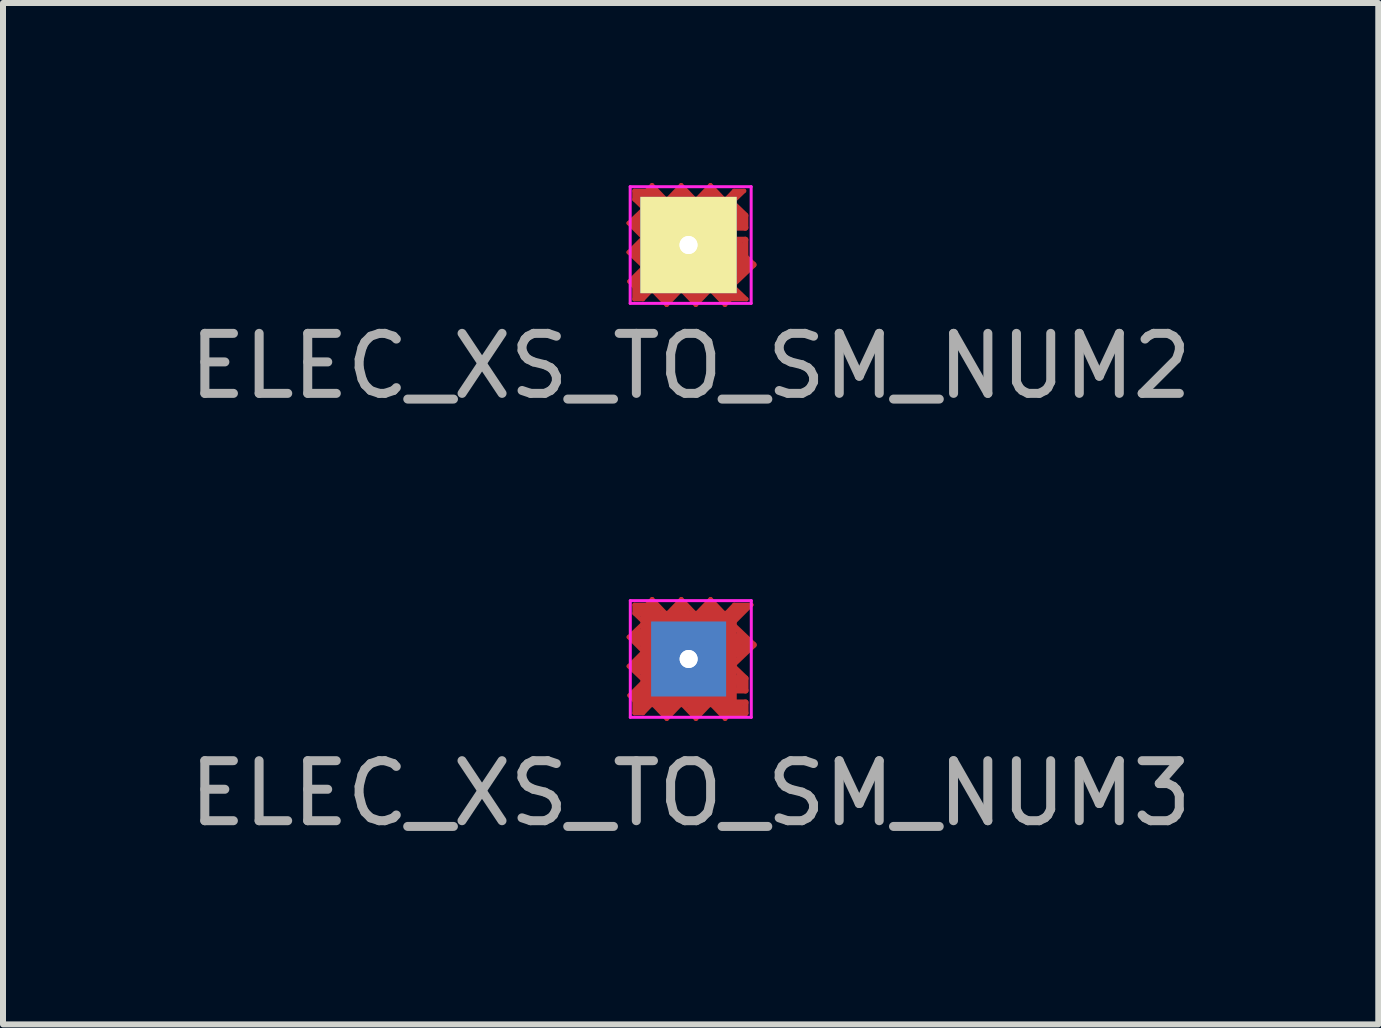
<source format=kicad_pcb>
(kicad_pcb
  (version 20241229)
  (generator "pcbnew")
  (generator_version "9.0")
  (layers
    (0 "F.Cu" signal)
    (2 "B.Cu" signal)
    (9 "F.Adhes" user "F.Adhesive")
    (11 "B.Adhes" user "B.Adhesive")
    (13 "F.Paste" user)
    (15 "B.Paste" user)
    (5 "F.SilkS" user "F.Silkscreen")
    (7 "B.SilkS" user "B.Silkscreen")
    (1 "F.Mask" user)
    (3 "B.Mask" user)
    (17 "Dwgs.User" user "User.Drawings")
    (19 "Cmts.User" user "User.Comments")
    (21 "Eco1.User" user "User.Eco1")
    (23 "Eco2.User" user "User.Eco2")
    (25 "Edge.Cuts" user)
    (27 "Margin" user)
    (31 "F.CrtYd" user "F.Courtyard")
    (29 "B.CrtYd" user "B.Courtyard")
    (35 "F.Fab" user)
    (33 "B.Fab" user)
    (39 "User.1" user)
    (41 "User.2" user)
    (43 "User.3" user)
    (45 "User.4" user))
  (footprint "ELEC_XS_TO_SM_NUM3"
    (layer "F.Cu")
    (at 8.425 7.931)
    (property "Reference" "ELEC_XS_TO_SM_NUM3" (at 0.033 2.24 0) (layer "F.Fab") (effects (font (size 1 1) (thickness 0.15))))
    (attr through_hole)
    (fp_line (start -0.998 -0.365) (end -0.755 -0.122) (stroke (width 0.071) (type solid)) (layer "F.Cu"))
    (fp_line (start -0.998 0.121) (end -0.743 0.364) (stroke (width 0.071) (type solid)) (layer "F.Cu"))
    (fp_line (start -0.902 -0.759) (end -0.743 -0.607) (stroke (width 0.071) (type solid)) (layer "F.Cu"))
    (fp_line (start -0.902 -0.902) (end -0.902 -0.759) (stroke (width 0.071) (type solid)) (layer "F.Cu"))
    (fp_line (start -0.902 -0.902) (end -0.699 -0.902) (stroke (width 0.071) (type solid)) (layer "F.Cu"))
    (fp_line (start -0.902 0.698) (end -0.986 0.607) (stroke (width 0.071) (type solid)) (layer "F.Cu"))
    (fp_line (start -0.902 0.902) (end -0.902 0.699) (stroke (width 0.071) (type solid)) (layer "F.Cu"))
    (fp_line (start -0.902 0.902) (end -0.759 0.902) (stroke (width 0.071) (type solid)) (layer "F.Cu"))
    (fp_line (start -0.856 -0.851) (end -0.742 -0.851) (stroke (width 0.12) (type solid)) (layer "F.Cu"))
    (fp_line (start -0.843 0.734) (end -0.843 0.831) (stroke (width 0.12) (type solid)) (layer "F.Cu"))
    (fp_line (start -0.843 0.831) (end -0.754 0.831) (stroke (width 0.12) (type solid)) (layer "F.Cu"))
    (fp_line (start -0.841 -0.262) (end -0.912 -0.376) (stroke (width 0.12) (type solid)) (layer "F.Cu"))
    (fp_line (start -0.838 -0.455) (end -0.841 -0.262) (stroke (width 0.12) (type solid)) (layer "F.Cu"))
    (fp_line (start -0.838 0.211) (end -0.909 0.107) (stroke (width 0.12) (type solid)) (layer "F.Cu"))
    (fp_line (start -0.838 0.511) (end -0.836 0.699) (stroke (width 0.12) (type solid)) (layer "F.Cu"))
    (fp_line (start -0.836 0.699) (end -0.907 0.597) (stroke (width 0.12) (type solid)) (layer "F.Cu"))
    (fp_line (start -0.833 0.008) (end -0.838 0.211) (stroke (width 0.12) (type solid)) (layer "F.Cu"))
    (fp_line (start -0.831 -0.843) (end -0.836 -0.757) (stroke (width 0.12) (type solid)) (layer "F.Cu"))
    (fp_line (start -0.755 -0.122) (end -0.998 0.121) (stroke (width 0.071) (type solid)) (layer "F.Cu"))
    (fp_line (start -0.752 0.752) (end -0.752 -0.752) (stroke (width 0.1) (type solid)) (layer "F.Cu"))
    (fp_line (start -0.743 -0.607) (end -0.998 -0.365) (stroke (width 0.071) (type solid)) (layer "F.Cu"))
    (fp_line (start -0.743 0.364) (end -0.986 0.607) (stroke (width 0.071) (type solid)) (layer "F.Cu"))
    (fp_line (start -0.706 -0.846) (end -0.599 -0.917) (stroke (width 0.12) (type solid)) (layer "F.Cu"))
    (fp_line (start -0.66 -0.66) (end 0.66 -0.66) (stroke (width 0.2) (type solid)) (layer "F.Cu"))
    (fp_line (start -0.66 0.66) (end -0.66 -0.635) (stroke (width 0.2) (type solid)) (layer "F.Cu"))
    (fp_line (start -0.608 -0.998) (end -0.699 -0.902) (stroke (width 0.071) (type solid)) (layer "F.Cu"))
    (fp_line (start -0.607 0.743) (end -0.759 0.902) (stroke (width 0.071) (type solid)) (layer "F.Cu"))
    (fp_line (start -0.511 -0.846) (end -0.706 -0.846) (stroke (width 0.12) (type solid)) (layer "F.Cu"))
    (fp_line (start -0.465 0.836) (end -0.262 0.836) (stroke (width 0.12) (type solid)) (layer "F.Cu"))
    (fp_line (start -0.365 -0.743) (end -0.608 -0.998) (stroke (width 0.071) (type solid)) (layer "F.Cu"))
    (fp_line (start -0.364 0.998) (end -0.607 0.743) (stroke (width 0.071) (type solid)) (layer "F.Cu"))
    (fp_line (start -0.262 0.836) (end -0.376 0.904) (stroke (width 0.12) (type solid)) (layer "F.Cu"))
    (fp_line (start -0.216 -0.846) (end -0.114 -0.907) (stroke (width 0.12) (type solid)) (layer "F.Cu"))
    (fp_line (start -0.122 -0.998) (end -0.365 -0.743) (stroke (width 0.071) (type solid)) (layer "F.Cu"))
    (fp_line (start -0.121 0.743) (end -0.364 0.998) (stroke (width 0.071) (type solid)) (layer "F.Cu"))
    (fp_line (start -0.023 -0.846) (end -0.216 -0.846) (stroke (width 0.12) (type solid)) (layer "F.Cu"))
    (fp_line (start 0.033 0.841) (end 0.221 0.841) (stroke (width 0.12) (type solid)) (layer "F.Cu"))
    (fp_line (start 0.121 -0.743) (end -0.122 -0.998) (stroke (width 0.071) (type solid)) (layer "F.Cu"))
    (fp_line (start 0.122 0.998) (end -0.121 0.743) (stroke (width 0.071) (type solid)) (layer "F.Cu"))
    (fp_line (start 0.221 0.841) (end 0.112 0.917) (stroke (width 0.12) (type solid)) (layer "F.Cu"))
    (fp_line (start 0.259 -0.833) (end 0.376 -0.899) (stroke (width 0.12) (type solid)) (layer "F.Cu"))
    (fp_line (start 0.365 -0.998) (end 0.121 -0.743) (stroke (width 0.071) (type solid)) (layer "F.Cu"))
    (fp_line (start 0.365 0.743) (end 0.122 0.998) (stroke (width 0.071) (type solid)) (layer "F.Cu"))
    (fp_line (start 0.47 -0.831) (end 0.259 -0.833) (stroke (width 0.12) (type solid)) (layer "F.Cu"))
    (fp_line (start 0.513 0.815) (end 0.625 0.914) (stroke (width 0.12) (type solid)) (layer "F.Cu"))
    (fp_line (start 0.607 -0.743) (end 0.365 -0.998) (stroke (width 0.071) (type solid)) (layer "F.Cu"))
    (fp_line (start 0.608 0.998) (end 0.365 0.743) (stroke (width 0.071) (type solid)) (layer "F.Cu"))
    (fp_line (start 0.608 0.998) (end 0.699 0.902) (stroke (width 0.071) (type solid)) (layer "F.Cu"))
    (fp_line (start 0.66 -0.66) (end 0.66 0.66) (stroke (width 0.2) (type solid)) (layer "F.Cu"))
    (fp_line (start 0.66 0.66) (end -0.66 0.66) (stroke (width 0.2) (type solid)) (layer "F.Cu"))
    (fp_line (start 0.662 0.525) (end 0.948 0.525) (stroke (width 0.1) (type solid)) (layer "F.Cu"))
    (fp_line (start 0.662 0.725) (end 0.948 0.725) (stroke (width 0.1) (type solid)) (layer "F.Cu"))
    (fp_line (start 0.724 -0.579) (end 1.084 -0.235) (stroke (width 0.1) (type solid)) (layer "F.Cu"))
    (fp_line (start 0.752 -0.831) (end 0.914 -0.831) (stroke (width 0.12) (type solid)) (layer "F.Cu"))
    (fp_line (start 0.752 -0.752) (end -0.752 -0.752) (stroke (width 0.1) (type solid)) (layer "F.Cu"))
    (fp_line (start 0.752 -0.752) (end 0.752 0.752) (stroke (width 0.1) (type solid)) (layer "F.Cu"))
    (fp_line (start 0.752 0.752) (end -0.752 0.752) (stroke (width 0.1) (type solid)) (layer "F.Cu"))
    (fp_line (start 0.759 -0.902) (end 0.607 -0.743) (stroke (width 0.071) (type solid)) (layer "F.Cu"))
    (fp_line (start 0.841 -0.389) (end 0.843 -0.071) (stroke (width 0.12) (type solid)) (layer "F.Cu"))
    (fp_line (start 0.843 -0.071) (end 0.97 -0.229) (stroke (width 0.12) (type solid)) (layer "F.Cu"))
    (fp_line (start 0.848 0.29) (end 0.851 0.47) (stroke (width 0.12) (type solid)) (layer "F.Cu"))
    (fp_line (start 0.864 0.815) (end 0.513 0.815) (stroke (width 0.12) (type solid)) (layer "F.Cu"))
    (fp_line (start 0.914 -0.831) (end 0.795 -0.739) (stroke (width 0.12) (type solid)) (layer "F.Cu"))
    (fp_line (start 0.948 0.324) (end 0.724 0.109) (stroke (width 0.1) (type solid)) (layer "F.Cu"))
    (fp_line (start 0.948 0.525) (end 0.948 0.324) (stroke (width 0.1) (type solid)) (layer "F.Cu"))
    (fp_line (start 0.948 0.902) (end 0.699 0.902) (stroke (width 0.1) (type solid)) (layer "F.Cu"))
    (fp_line (start 0.948 0.902) (end 0.948 0.725) (stroke (width 0.1) (type solid)) (layer "F.Cu"))
    (fp_line (start 0.97 -0.229) (end 0.884 -0.323) (stroke (width 0.12) (type solid)) (layer "F.Cu"))
    (fp_line (start 1.046 -0.902) (end 0.724 -0.579) (stroke (width 0.07) (type solid)) (layer "F.Cu"))
    (fp_line (start 1.046 -0.902) (end 0.759 -0.902) (stroke (width 0.071) (type solid)) (layer "F.Cu"))
    (fp_line (start 1.084 -0.235) (end 0.724 0.109) (stroke (width 0.1) (type solid)) (layer "F.Cu"))
    (fp_line (start -0.972 -0.972) (end -0.972 0.972) (stroke (width 0.05) (type solid)) (layer "F.CrtYd"))
    (fp_line (start -0.972 -0.972) (end 1.044 -0.972) (stroke (width 0.05) (type solid)) (layer "F.CrtYd"))
    (fp_line (start -0.972 0.972) (end 1.044 0.972) (stroke (width 0.05) (type solid)) (layer "F.CrtYd"))
    (fp_line (start 1.044 -0.972) (end 1.044 0.972) (stroke (width 0.05) (type solid)) (layer "F.CrtYd"))
    (pad "1" thru_hole circle (at 0 0) (size 0.605 0.605) (drill 0.3) (layers "*.Cu" "*.Mask"))
    (pad "1" thru_hole rect (at 0 0) (size 1.25 1.25) (drill 0.3) (layers "F.Cu" "F.Mask")))
  (footprint "ELEC_XS_TO_SM_NUM2"
    (layer "F.Cu")
    (at 8.423 1.033)
    (property "Reference" "ELEC_XS_TO_SM_NUM2" (at 0.036 2.017 0) (layer "F.Fab") (effects (font (size 1 1) (thickness 0.15))))
    (attr through_hole)
    (fp_line (start -0.998 -0.365) (end -0.755 -0.122) (stroke (width 0.071) (type solid)) (layer "F.Cu"))
    (fp_line (start -0.998 0.121) (end -0.743 0.364) (stroke (width 0.071) (type solid)) (layer "F.Cu"))
    (fp_line (start -0.902 -0.759) (end -0.743 -0.607) (stroke (width 0.071) (type solid)) (layer "F.Cu"))
    (fp_line (start -0.902 -0.902) (end -0.902 -0.759) (stroke (width 0.071) (type solid)) (layer "F.Cu"))
    (fp_line (start -0.902 -0.902) (end -0.699 -0.902) (stroke (width 0.071) (type solid)) (layer "F.Cu"))
    (fp_line (start -0.902 0.698) (end -0.986 0.607) (stroke (width 0.071) (type solid)) (layer "F.Cu"))
    (fp_line (start -0.902 0.902) (end -0.902 0.699) (stroke (width 0.071) (type solid)) (layer "F.Cu"))
    (fp_line (start -0.902 0.902) (end -0.759 0.902) (stroke (width 0.071) (type solid)) (layer "F.Cu"))
    (fp_line (start -0.856 -0.851) (end -0.742 -0.851) (stroke (width 0.12) (type solid)) (layer "F.Cu"))
    (fp_line (start -0.843 0.734) (end -0.843 0.831) (stroke (width 0.12) (type solid)) (layer "F.Cu"))
    (fp_line (start -0.843 0.831) (end -0.754 0.831) (stroke (width 0.12) (type solid)) (layer "F.Cu"))
    (fp_line (start -0.841 -0.262) (end -0.912 -0.376) (stroke (width 0.12) (type solid)) (layer "F.Cu"))
    (fp_line (start -0.838 -0.455) (end -0.841 -0.262) (stroke (width 0.12) (type solid)) (layer "F.Cu"))
    (fp_line (start -0.838 0.211) (end -0.909 0.107) (stroke (width 0.12) (type solid)) (layer "F.Cu"))
    (fp_line (start -0.838 0.511) (end -0.836 0.699) (stroke (width 0.12) (type solid)) (layer "F.Cu"))
    (fp_line (start -0.836 0.699) (end -0.907 0.597) (stroke (width 0.12) (type solid)) (layer "F.Cu"))
    (fp_line (start -0.833 0.008) (end -0.838 0.211) (stroke (width 0.12) (type solid)) (layer "F.Cu"))
    (fp_line (start -0.831 -0.843) (end -0.836 -0.757) (stroke (width 0.12) (type solid)) (layer "F.Cu"))
    (fp_line (start -0.755 -0.122) (end -0.998 0.121) (stroke (width 0.071) (type solid)) (layer "F.Cu"))
    (fp_line (start -0.743 -0.607) (end -0.998 -0.365) (stroke (width 0.071) (type solid)) (layer "F.Cu"))
    (fp_line (start -0.743 0.364) (end -0.986 0.607) (stroke (width 0.071) (type solid)) (layer "F.Cu"))
    (fp_line (start -0.706 -0.846) (end -0.599 -0.917) (stroke (width 0.12) (type solid)) (layer "F.Cu"))
    (fp_line (start -0.608 -0.998) (end -0.699 -0.902) (stroke (width 0.071) (type solid)) (layer "F.Cu"))
    (fp_line (start -0.607 0.743) (end -0.759 0.902) (stroke (width 0.071) (type solid)) (layer "F.Cu"))
    (fp_line (start -0.511 -0.846) (end -0.706 -0.846) (stroke (width 0.12) (type solid)) (layer "F.Cu"))
    (fp_line (start -0.465 0.836) (end -0.262 0.836) (stroke (width 0.12) (type solid)) (layer "F.Cu"))
    (fp_line (start -0.365 -0.743) (end -0.608 -0.998) (stroke (width 0.071) (type solid)) (layer "F.Cu"))
    (fp_line (start -0.364 0.998) (end -0.607 0.743) (stroke (width 0.071) (type solid)) (layer "F.Cu"))
    (fp_line (start -0.262 0.836) (end -0.376 0.904) (stroke (width 0.12) (type solid)) (layer "F.Cu"))
    (fp_line (start -0.216 -0.846) (end -0.114 -0.907) (stroke (width 0.12) (type solid)) (layer "F.Cu"))
    (fp_line (start -0.122 -0.998) (end -0.365 -0.743) (stroke (width 0.071) (type solid)) (layer "F.Cu"))
    (fp_line (start -0.121 0.743) (end -0.364 0.998) (stroke (width 0.071) (type solid)) (layer "F.Cu"))
    (fp_line (start -0.023 -0.846) (end -0.216 -0.846) (stroke (width 0.12) (type solid)) (layer "F.Cu"))
    (fp_line (start 0.033 0.841) (end 0.221 0.841) (stroke (width 0.12) (type solid)) (layer "F.Cu"))
    (fp_line (start 0.121 -0.743) (end -0.122 -0.998) (stroke (width 0.071) (type solid)) (layer "F.Cu"))
    (fp_line (start 0.122 0.998) (end -0.121 0.743) (stroke (width 0.071) (type solid)) (layer "F.Cu"))
    (fp_line (start 0.221 0.841) (end 0.112 0.917) (stroke (width 0.12) (type solid)) (layer "F.Cu"))
    (fp_line (start 0.259 -0.833) (end 0.376 -0.899) (stroke (width 0.12) (type solid)) (layer "F.Cu"))
    (fp_line (start 0.365 -0.998) (end 0.121 -0.743) (stroke (width 0.071) (type solid)) (layer "F.Cu"))
    (fp_line (start 0.365 0.743) (end 0.122 0.998) (stroke (width 0.071) (type solid)) (layer "F.Cu"))
    (fp_line (start 0.47 -0.831) (end 0.259 -0.833) (stroke (width 0.12) (type solid)) (layer "F.Cu"))
    (fp_line (start 0.511 0.843) (end 0.704 0.843) (stroke (width 0.12) (type solid)) (layer "F.Cu"))
    (fp_line (start 0.607 -0.743) (end 0.365 -0.998) (stroke (width 0.071) (type solid)) (layer "F.Cu"))
    (fp_line (start 0.608 0.998) (end 0.365 0.743) (stroke (width 0.071) (type solid)) (layer "F.Cu"))
    (fp_line (start 0.608 0.998) (end 0.699 0.902) (stroke (width 0.071) (type solid)) (layer "F.Cu"))
    (fp_line (start 0.661 -0.289) (end 0.947 -0.289) (stroke (width 0.1) (type solid)) (layer "F.Cu"))
    (fp_line (start 0.661 -0.088) (end 0.947 -0.088) (stroke (width 0.1) (type solid)) (layer "F.Cu"))
    (fp_line (start 0.704 0.843) (end 0.597 0.907) (stroke (width 0.12) (type solid)) (layer "F.Cu"))
    (fp_line (start 0.723 0.672) (end 0.964 0.902) (stroke (width 0.071) (type solid)) (layer "F.Cu"))
    (fp_line (start 0.759 -0.902) (end 0.607 -0.743) (stroke (width 0.071) (type solid)) (layer "F.Cu"))
    (fp_line (start 0.79 -0.859) (end 0.732 -0.795) (stroke (width 0.12) (type solid)) (layer "F.Cu"))
    (fp_line (start 0.82 0.856) (end 0.754 0.803) (stroke (width 0.12) (type solid)) (layer "F.Cu"))
    (fp_line (start 0.823 -0.361) (end 0.884 -0.361) (stroke (width 0.12) (type solid)) (layer "F.Cu"))
    (fp_line (start 0.826 -0.536) (end 0.823 -0.361) (stroke (width 0.12) (type solid)) (layer "F.Cu"))
    (fp_line (start 0.846 0.483) (end 0.97 0.32) (stroke (width 0.12) (type solid)) (layer "F.Cu"))
    (fp_line (start 0.851 -0.01) (end 0.846 0.483) (stroke (width 0.12) (type solid)) (layer "F.Cu"))
    (fp_line (start 0.884 -0.361) (end 0.881 -0.478) (stroke (width 0.12) (type solid)) (layer "F.Cu"))
    (fp_line (start 0.927 -0.902) (end 0.724 -0.708) (stroke (width 0.071) (type solid)) (layer "F.Cu"))
    (fp_line (start 0.927 -0.902) (end 0.759 -0.902) (stroke (width 0.071) (type solid)) (layer "F.Cu"))
    (fp_line (start 0.947 -0.289) (end 0.947 -0.49) (stroke (width 0.1) (type solid)) (layer "F.Cu"))
    (fp_line (start 0.947 0.198) (end 0.947 -0.088) (stroke (width 0.1) (type solid)) (layer "F.Cu"))
    (fp_line (start 0.948 -0.493) (end 0.724 -0.708) (stroke (width 0.1) (type solid)) (layer "F.Cu"))
    (fp_line (start 0.964 0.902) (end 0.699 0.902) (stroke (width 0.071) (type solid)) (layer "F.Cu"))
    (fp_line (start 0.97 0.32) (end 0.899 0.246) (stroke (width 0.12) (type solid)) (layer "F.Cu"))
    (fp_line (start 1.083 0.328) (end 0.723 0.672) (stroke (width 0.1) (type solid)) (layer "F.Cu"))
    (fp_line (start 1.083 0.328) (end 0.947 0.198) (stroke (width 0.1) (type solid)) (layer "F.Cu"))
    (fp_line (start -0.972 -0.972) (end -0.972 0.972) (stroke (width 0.05) (type solid)) (layer "F.CrtYd"))
    (fp_line (start -0.972 -0.972) (end 1.044 -0.972) (stroke (width 0.05) (type solid)) (layer "F.CrtYd"))
    (fp_line (start -0.972 0.972) (end 1.044 0.972) (stroke (width 0.05) (type solid)) (layer "F.CrtYd"))
    (fp_line (start 1.044 -0.972) (end 1.044 0.972) (stroke (width 0.05) (type solid)) (layer "F.CrtYd"))
    (pad "1" thru_hole circle (at 0 0) (size 0.605 0.605) (drill 0.3) (layers "*.Cu" "*.Mask" "F.SilkS"))
    (pad "1" thru_hole rect (at 0 0) (size 1.605 1.605) (drill 0.3) (layers "F.Cu" "F.Mask" "F.SilkS")))
  (gr_rect
    (start -3 -3)
    (end 19.917 14.02)
    (stroke (width 0.1) (type default))
    (fill no)
    (layer "Edge.Cuts")))
</source>
